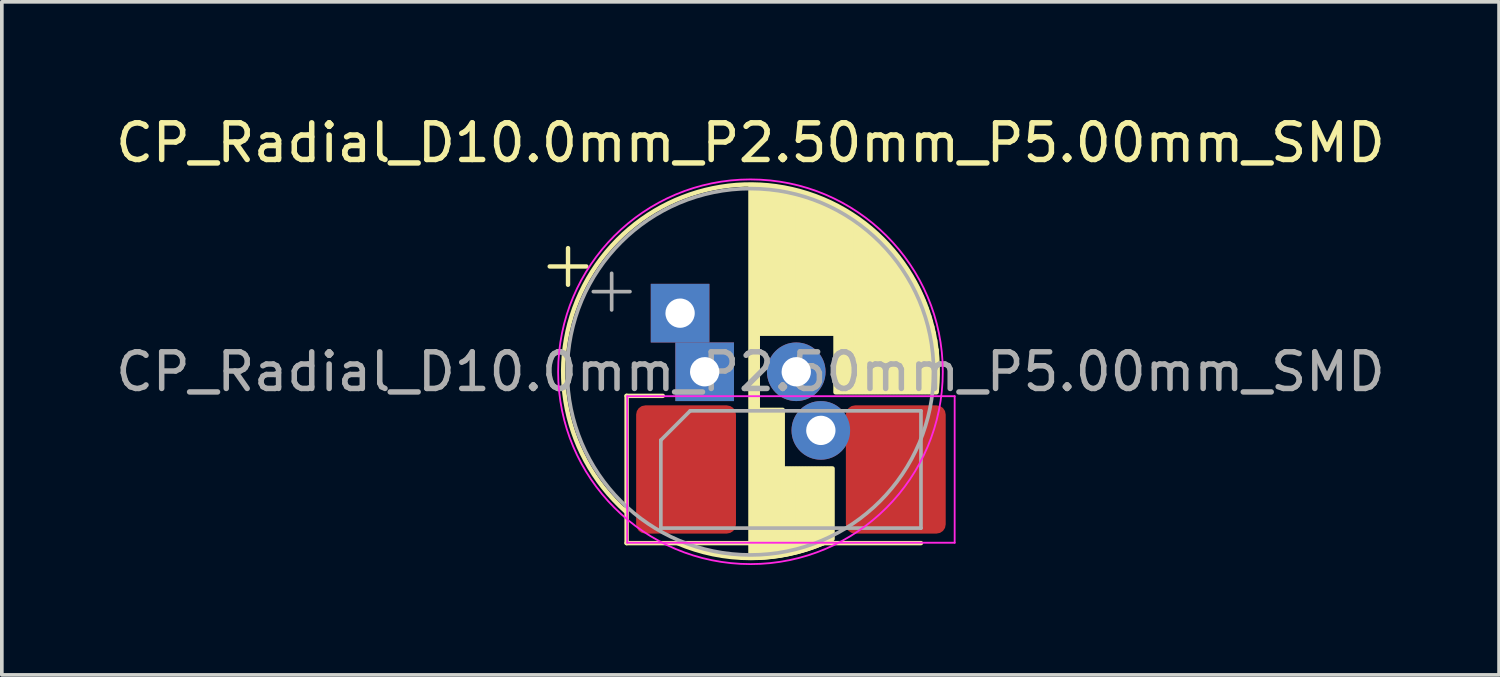
<source format=kicad_pcb>
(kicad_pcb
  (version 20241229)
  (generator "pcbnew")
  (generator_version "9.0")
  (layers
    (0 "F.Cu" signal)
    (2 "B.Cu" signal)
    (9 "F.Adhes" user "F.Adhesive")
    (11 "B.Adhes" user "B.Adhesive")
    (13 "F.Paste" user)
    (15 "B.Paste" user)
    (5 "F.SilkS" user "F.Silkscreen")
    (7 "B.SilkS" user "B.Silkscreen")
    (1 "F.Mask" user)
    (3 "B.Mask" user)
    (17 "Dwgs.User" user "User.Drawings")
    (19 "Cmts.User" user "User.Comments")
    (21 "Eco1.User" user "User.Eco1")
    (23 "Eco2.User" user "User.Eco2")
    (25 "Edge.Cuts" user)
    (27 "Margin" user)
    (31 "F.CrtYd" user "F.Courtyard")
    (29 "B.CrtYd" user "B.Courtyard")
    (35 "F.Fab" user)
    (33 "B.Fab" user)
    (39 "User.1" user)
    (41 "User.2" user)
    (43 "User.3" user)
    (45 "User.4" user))
  (footprint "CP_Radial_D10.0mm_P2.50mm_P5.00mm_SMD"
    (layer "F.Cu")
    (at 16.185 7.098)
    (property "Reference" "CP_Radial_D10.0mm_P2.50mm_P5.00mm_SMD" (at 1.25 -6.25 0) (layer "F.SilkS") (effects (font (size 1 1) (thickness 0.15))))
    (attr through_hole)
    (fp_line (start -4.23 -2.875) (end -3.23 -2.875) (stroke (width 0.12) (type solid)) (layer "F.SilkS"))
    (fp_line (start -3.73 -3.375) (end -3.73 -2.375) (stroke (width 0.12) (type solid)) (layer "F.SilkS"))
    (fp_line (start -2.131 0.657) (end -2.131 4.677) (stroke (width 0.12) (type solid)) (layer "F.SilkS"))
    (fp_line (start -2.131 4.677) (end 5.904 4.677) (stroke (width 0.12) (type solid)) (layer "F.SilkS"))
    (fp_line (start -1.143 0.657) (end -2.131 0.657) (stroke (width 0.12) (type solid)) (layer "F.SilkS"))
    (fp_line (start 1.25 -5.08) (end 1.25 5.08) (stroke (width 0.12) (type solid)) (layer "F.SilkS"))
    (fp_line (start 1.29 -5.08) (end 1.29 5.08) (stroke (width 0.12) (type solid)) (layer "F.SilkS"))
    (fp_line (start 1.33 -5.08) (end 1.33 5.08) (stroke (width 0.12) (type solid)) (layer "F.SilkS"))
    (fp_line (start 1.37 -5.079) (end 1.37 5.079) (stroke (width 0.12) (type solid)) (layer "F.SilkS"))
    (fp_line (start 1.41 -5.078) (end 1.41 5.078) (stroke (width 0.12) (type solid)) (layer "F.SilkS"))
    (fp_line (start 1.45 -5.077) (end 1.45 5.077) (stroke (width 0.12) (type solid)) (layer "F.SilkS"))
    (fp_line (start 1.49 -5.075) (end 1.49 -1.04) (stroke (width 0.12) (type solid)) (layer "F.SilkS"))
    (fp_line (start 1.49 1.04) (end 1.49 5.075) (stroke (width 0.12) (type solid)) (layer "F.SilkS"))
    (fp_line (start 1.53 -5.073) (end 1.53 -1.04) (stroke (width 0.12) (type solid)) (layer "F.SilkS"))
    (fp_line (start 1.53 1.04) (end 1.53 5.073) (stroke (width 0.12) (type solid)) (layer "F.SilkS"))
    (fp_line (start 1.57 -5.07) (end 1.57 -1.04) (stroke (width 0.12) (type solid)) (layer "F.SilkS"))
    (fp_line (start 1.57 1.04) (end 1.57 5.07) (stroke (width 0.12) (type solid)) (layer "F.SilkS"))
    (fp_line (start 1.61 -5.068) (end 1.61 -1.04) (stroke (width 0.12) (type solid)) (layer "F.SilkS"))
    (fp_line (start 1.61 1.04) (end 1.61 5.068) (stroke (width 0.12) (type solid)) (layer "F.SilkS"))
    (fp_line (start 1.65 -5.065) (end 1.65 -1.04) (stroke (width 0.12) (type solid)) (layer "F.SilkS"))
    (fp_line (start 1.65 1.04) (end 1.65 5.065) (stroke (width 0.12) (type solid)) (layer "F.SilkS"))
    (fp_line (start 1.69 -5.062) (end 1.69 -1.04) (stroke (width 0.12) (type solid)) (layer "F.SilkS"))
    (fp_line (start 1.69 1.04) (end 1.69 5.062) (stroke (width 0.12) (type solid)) (layer "F.SilkS"))
    (fp_line (start 1.73 -5.058) (end 1.73 -1.04) (stroke (width 0.12) (type solid)) (layer "F.SilkS"))
    (fp_line (start 1.73 1.04) (end 1.73 5.058) (stroke (width 0.12) (type solid)) (layer "F.SilkS"))
    (fp_line (start 1.77 -5.054) (end 1.77 -1.04) (stroke (width 0.12) (type solid)) (layer "F.SilkS"))
    (fp_line (start 1.77 1.04) (end 1.77 5.054) (stroke (width 0.12) (type solid)) (layer "F.SilkS"))
    (fp_line (start 1.81 -5.05) (end 1.81 -1.04) (stroke (width 0.12) (type solid)) (layer "F.SilkS"))
    (fp_line (start 1.81 1.04) (end 1.81 5.05) (stroke (width 0.12) (type solid)) (layer "F.SilkS"))
    (fp_line (start 1.85 -5.045) (end 1.85 -1.04) (stroke (width 0.12) (type solid)) (layer "F.SilkS"))
    (fp_line (start 1.85 1.04) (end 1.85 5.045) (stroke (width 0.12) (type solid)) (layer "F.SilkS"))
    (fp_line (start 1.89 -5.04) (end 1.89 -1.04) (stroke (width 0.12) (type solid)) (layer "F.SilkS"))
    (fp_line (start 1.89 1.04) (end 1.89 5.04) (stroke (width 0.12) (type solid)) (layer "F.SilkS"))
    (fp_line (start 1.93 -5.035) (end 1.93 -1.04) (stroke (width 0.12) (type solid)) (layer "F.SilkS"))
    (fp_line (start 1.93 1.04) (end 1.93 5.035) (stroke (width 0.12) (type solid)) (layer "F.SilkS"))
    (fp_line (start 1.971 -5.03) (end 1.971 -1.04) (stroke (width 0.12) (type solid)) (layer "F.SilkS"))
    (fp_line (start 1.971 1.04) (end 1.971 5.03) (stroke (width 0.12) (type solid)) (layer "F.SilkS"))
    (fp_line (start 2.011 -5.024) (end 2.011 -1.04) (stroke (width 0.12) (type solid)) (layer "F.SilkS"))
    (fp_line (start 2.011 1.04) (end 2.011 5.024) (stroke (width 0.12) (type solid)) (layer "F.SilkS"))
    (fp_line (start 2.051 -5.018) (end 2.051 -1.04) (stroke (width 0.12) (type solid)) (layer "F.SilkS"))
    (fp_line (start 2.051 1.04) (end 2.051 5.018) (stroke (width 0.12) (type solid)) (layer "F.SilkS"))
    (fp_line (start 2.091 -5.011) (end 2.091 -1.04) (stroke (width 0.12) (type solid)) (layer "F.SilkS"))
    (fp_line (start 2.091 1.04) (end 2.091 5.011) (stroke (width 0.12) (type solid)) (layer "F.SilkS"))
    (fp_line (start 2.131 -5.004) (end 2.131 -1.04) (stroke (width 0.12) (type solid)) (layer "F.SilkS"))
    (fp_line (start 2.131 1.04) (end 2.131 5.004) (stroke (width 0.12) (type solid)) (layer "F.SilkS"))
    (fp_line (start 2.171 -4.997) (end 2.171 -1.04) (stroke (width 0.12) (type solid)) (layer "F.SilkS"))
    (fp_line (start 2.171 2.64) (end 2.171 4.997) (stroke (width 0.12) (type solid)) (layer "F.SilkS"))
    (fp_line (start 2.211 -4.99) (end 2.211 -1.04) (stroke (width 0.12) (type solid)) (layer "F.SilkS"))
    (fp_line (start 2.211 2.64) (end 2.211 4.99) (stroke (width 0.12) (type solid)) (layer "F.SilkS"))
    (fp_line (start 2.251 -4.982) (end 2.251 -1.04) (stroke (width 0.12) (type solid)) (layer "F.SilkS"))
    (fp_line (start 2.251 2.64) (end 2.251 4.982) (stroke (width 0.12) (type solid)) (layer "F.SilkS"))
    (fp_line (start 2.291 -4.974) (end 2.291 -1.04) (stroke (width 0.12) (type solid)) (layer "F.SilkS"))
    (fp_line (start 2.291 2.64) (end 2.291 4.974) (stroke (width 0.12) (type solid)) (layer "F.SilkS"))
    (fp_line (start 2.331 -4.965) (end 2.331 -1.04) (stroke (width 0.12) (type solid)) (layer "F.SilkS"))
    (fp_line (start 2.331 2.64) (end 2.331 4.965) (stroke (width 0.12) (type solid)) (layer "F.SilkS"))
    (fp_line (start 2.371 -4.956) (end 2.371 -1.04) (stroke (width 0.12) (type solid)) (layer "F.SilkS"))
    (fp_line (start 2.371 2.64) (end 2.371 4.956) (stroke (width 0.12) (type solid)) (layer "F.SilkS"))
    (fp_line (start 2.411 -4.947) (end 2.411 -1.04) (stroke (width 0.12) (type solid)) (layer "F.SilkS"))
    (fp_line (start 2.411 2.64) (end 2.411 4.947) (stroke (width 0.12) (type solid)) (layer "F.SilkS"))
    (fp_line (start 2.451 -4.938) (end 2.451 -1.04) (stroke (width 0.12) (type solid)) (layer "F.SilkS"))
    (fp_line (start 2.451 2.64) (end 2.451 4.938) (stroke (width 0.12) (type solid)) (layer "F.SilkS"))
    (fp_line (start 2.491 -4.928) (end 2.491 -1.04) (stroke (width 0.12) (type solid)) (layer "F.SilkS"))
    (fp_line (start 2.491 2.64) (end 2.491 4.928) (stroke (width 0.12) (type solid)) (layer "F.SilkS"))
    (fp_line (start 2.531 -4.918) (end 2.531 -1.04) (stroke (width 0.12) (type solid)) (layer "F.SilkS"))
    (fp_line (start 2.531 2.64) (end 2.531 4.918) (stroke (width 0.12) (type solid)) (layer "F.SilkS"))
    (fp_line (start 2.571 -4.907) (end 2.571 -1.04) (stroke (width 0.12) (type solid)) (layer "F.SilkS"))
    (fp_line (start 2.571 2.64) (end 2.571 4.907) (stroke (width 0.12) (type solid)) (layer "F.SilkS"))
    (fp_line (start 2.611 -4.897) (end 2.611 -1.04) (stroke (width 0.12) (type solid)) (layer "F.SilkS"))
    (fp_line (start 2.611 2.64) (end 2.611 4.897) (stroke (width 0.12) (type solid)) (layer "F.SilkS"))
    (fp_line (start 2.651 -4.885) (end 2.651 -1.04) (stroke (width 0.12) (type solid)) (layer "F.SilkS"))
    (fp_line (start 2.651 2.64) (end 2.651 4.885) (stroke (width 0.12) (type solid)) (layer "F.SilkS"))
    (fp_line (start 2.691 -4.874) (end 2.691 -1.04) (stroke (width 0.12) (type solid)) (layer "F.SilkS"))
    (fp_line (start 2.691 2.64) (end 2.691 4.874) (stroke (width 0.12) (type solid)) (layer "F.SilkS"))
    (fp_line (start 2.731 -4.862) (end 2.731 -1.04) (stroke (width 0.12) (type solid)) (layer "F.SilkS"))
    (fp_line (start 2.731 2.64) (end 2.731 4.862) (stroke (width 0.12) (type solid)) (layer "F.SilkS"))
    (fp_line (start 2.771 -4.85) (end 2.771 -1.04) (stroke (width 0.12) (type solid)) (layer "F.SilkS"))
    (fp_line (start 2.771 2.64) (end 2.771 4.85) (stroke (width 0.12) (type solid)) (layer "F.SilkS"))
    (fp_line (start 2.811 -4.837) (end 2.811 -1.04) (stroke (width 0.12) (type solid)) (layer "F.SilkS"))
    (fp_line (start 2.811 2.64) (end 2.811 4.837) (stroke (width 0.12) (type solid)) (layer "F.SilkS"))
    (fp_line (start 2.851 -4.824) (end 2.851 -1.04) (stroke (width 0.12) (type solid)) (layer "F.SilkS"))
    (fp_line (start 2.851 2.64) (end 2.851 4.824) (stroke (width 0.12) (type solid)) (layer "F.SilkS"))
    (fp_line (start 2.891 -4.811) (end 2.891 -1.04) (stroke (width 0.12) (type solid)) (layer "F.SilkS"))
    (fp_line (start 2.891 2.64) (end 2.891 4.811) (stroke (width 0.12) (type solid)) (layer "F.SilkS"))
    (fp_line (start 2.931 -4.797) (end 2.931 -1.04) (stroke (width 0.12) (type solid)) (layer "F.SilkS"))
    (fp_line (start 2.931 2.64) (end 2.931 4.797) (stroke (width 0.12) (type solid)) (layer "F.SilkS"))
    (fp_line (start 2.971 -4.783) (end 2.971 -1.04) (stroke (width 0.12) (type solid)) (layer "F.SilkS"))
    (fp_line (start 2.971 2.64) (end 2.971 4.783) (stroke (width 0.12) (type solid)) (layer "F.SilkS"))
    (fp_line (start 3.011 -4.768) (end 3.011 -1.04) (stroke (width 0.12) (type solid)) (layer "F.SilkS"))
    (fp_line (start 3.011 2.64) (end 3.011 4.768) (stroke (width 0.12) (type solid)) (layer "F.SilkS"))
    (fp_line (start 3.051 -4.754) (end 3.051 -1.04) (stroke (width 0.12) (type solid)) (layer "F.SilkS"))
    (fp_line (start 3.051 2.64) (end 3.051 4.754) (stroke (width 0.12) (type solid)) (layer "F.SilkS"))
    (fp_line (start 3.091 -4.738) (end 3.091 -1.04) (stroke (width 0.12) (type solid)) (layer "F.SilkS"))
    (fp_line (start 3.091 2.64) (end 3.091 4.738) (stroke (width 0.12) (type solid)) (layer "F.SilkS"))
    (fp_line (start 3.131 -4.723) (end 3.131 -1.04) (stroke (width 0.12) (type solid)) (layer "F.SilkS"))
    (fp_line (start 3.131 2.64) (end 3.131 4.723) (stroke (width 0.12) (type solid)) (layer "F.SilkS"))
    (fp_line (start 3.171 -4.707) (end 3.171 -1.04) (stroke (width 0.12) (type solid)) (layer "F.SilkS"))
    (fp_line (start 3.171 2.64) (end 3.171 4.707) (stroke (width 0.12) (type solid)) (layer "F.SilkS"))
    (fp_line (start 3.211 -4.69) (end 3.211 -1.04) (stroke (width 0.12) (type solid)) (layer "F.SilkS"))
    (fp_line (start 3.211 2.64) (end 3.211 4.69) (stroke (width 0.12) (type solid)) (layer "F.SilkS"))
    (fp_line (start 3.251 -4.674) (end 3.251 -1.04) (stroke (width 0.12) (type solid)) (layer "F.SilkS"))
    (fp_line (start 3.251 2.64) (end 3.251 4.674) (stroke (width 0.12) (type solid)) (layer "F.SilkS"))
    (fp_line (start 3.291 -4.657) (end 3.291 -1.04) (stroke (width 0.12) (type solid)) (layer "F.SilkS"))
    (fp_line (start 3.291 2.64) (end 3.291 4.657) (stroke (width 0.12) (type solid)) (layer "F.SilkS"))
    (fp_line (start 3.331 -4.639) (end 3.331 -1.04) (stroke (width 0.12) (type solid)) (layer "F.SilkS"))
    (fp_line (start 3.331 2.64) (end 3.331 4.639) (stroke (width 0.12) (type solid)) (layer "F.SilkS"))
    (fp_line (start 3.371 -4.621) (end 3.371 -1.04) (stroke (width 0.12) (type solid)) (layer "F.SilkS"))
    (fp_line (start 3.371 2.64) (end 3.371 4.621) (stroke (width 0.12) (type solid)) (layer "F.SilkS"))
    (fp_line (start 3.411 -4.603) (end 3.411 -1.04) (stroke (width 0.12) (type solid)) (layer "F.SilkS"))
    (fp_line (start 3.411 2.64) (end 3.411 4.603) (stroke (width 0.12) (type solid)) (layer "F.SilkS"))
    (fp_line (start 3.451 -4.584) (end 3.451 -1.04) (stroke (width 0.12) (type solid)) (layer "F.SilkS"))
    (fp_line (start 3.451 2.64) (end 3.451 4.584) (stroke (width 0.12) (type solid)) (layer "F.SilkS"))
    (fp_line (start 3.491 -4.564) (end 3.491 -1.04) (stroke (width 0.12) (type solid)) (layer "F.SilkS"))
    (fp_line (start 3.491 2.64) (end 3.491 4.564) (stroke (width 0.12) (type solid)) (layer "F.SilkS"))
    (fp_line (start 3.531 -4.545) (end 3.531 -1.04) (stroke (width 0.12) (type solid)) (layer "F.SilkS"))
    (fp_line (start 3.571 -4.525) (end 3.571 0.56) (stroke (width 0.12) (type solid)) (layer "F.SilkS"))
    (fp_line (start 3.611 -4.504) (end 3.611 0.56) (stroke (width 0.12) (type solid)) (layer "F.SilkS"))
    (fp_line (start 3.651 -4.483) (end 3.651 0.56) (stroke (width 0.12) (type solid)) (layer "F.SilkS"))
    (fp_line (start 3.691 -4.462) (end 3.691 0.56) (stroke (width 0.12) (type solid)) (layer "F.SilkS"))
    (fp_line (start 3.731 -4.44) (end 3.731 0.56) (stroke (width 0.12) (type solid)) (layer "F.SilkS"))
    (fp_line (start 3.771 -4.417) (end 3.771 0.56) (stroke (width 0.12) (type solid)) (layer "F.SilkS"))
    (fp_line (start 3.811 -4.395) (end 3.811 0.56) (stroke (width 0.12) (type solid)) (layer "F.SilkS"))
    (fp_line (start 3.851 -4.371) (end 3.851 0.56) (stroke (width 0.12) (type solid)) (layer "F.SilkS"))
    (fp_line (start 3.891 -4.347) (end 3.891 0.56) (stroke (width 0.12) (type solid)) (layer "F.SilkS"))
    (fp_line (start 3.931 -4.323) (end 3.931 0.56) (stroke (width 0.12) (type solid)) (layer "F.SilkS"))
    (fp_line (start 3.971 -4.298) (end 3.971 0.56) (stroke (width 0.12) (type solid)) (layer "F.SilkS"))
    (fp_line (start 4.011 -4.273) (end 4.011 0.56) (stroke (width 0.12) (type solid)) (layer "F.SilkS"))
    (fp_line (start 4.051 -4.247) (end 4.051 0.56) (stroke (width 0.12) (type solid)) (layer "F.SilkS"))
    (fp_line (start 4.091 -4.221) (end 4.091 0.56) (stroke (width 0.12) (type solid)) (layer "F.SilkS"))
    (fp_line (start 4.131 -4.194) (end 4.131 0.56) (stroke (width 0.12) (type solid)) (layer "F.SilkS"))
    (fp_line (start 4.171 -4.166) (end 4.171 0.56) (stroke (width 0.12) (type solid)) (layer "F.SilkS"))
    (fp_line (start 4.211 -4.138) (end 4.211 0.56) (stroke (width 0.12) (type solid)) (layer "F.SilkS"))
    (fp_line (start 4.251 -4.11) (end 4.251 0.56) (stroke (width 0.12) (type solid)) (layer "F.SilkS"))
    (fp_line (start 4.291 -4.08) (end 4.291 0.56) (stroke (width 0.12) (type solid)) (layer "F.SilkS"))
    (fp_line (start 4.331 -4.05) (end 4.331 0.56) (stroke (width 0.12) (type solid)) (layer "F.SilkS"))
    (fp_line (start 4.371 -4.02) (end 4.371 0.56) (stroke (width 0.12) (type solid)) (layer "F.SilkS"))
    (fp_line (start 4.411 -3.989) (end 4.411 0.56) (stroke (width 0.12) (type solid)) (layer "F.SilkS"))
    (fp_line (start 4.451 -3.957) (end 4.451 0.56) (stroke (width 0.12) (type solid)) (layer "F.SilkS"))
    (fp_line (start 4.491 -3.925) (end 4.491 0.56) (stroke (width 0.12) (type solid)) (layer "F.SilkS"))
    (fp_line (start 4.531 -3.892) (end 4.531 0.56) (stroke (width 0.12) (type solid)) (layer "F.SilkS"))
    (fp_line (start 4.571 -3.858) (end 4.571 0.56) (stroke (width 0.12) (type solid)) (layer "F.SilkS"))
    (fp_line (start 4.611 -3.824) (end 4.611 0.56) (stroke (width 0.12) (type solid)) (layer "F.SilkS"))
    (fp_line (start 4.651 -3.789) (end 4.651 0.56) (stroke (width 0.12) (type solid)) (layer "F.SilkS"))
    (fp_line (start 4.691 -3.753) (end 4.691 0.56) (stroke (width 0.12) (type solid)) (layer "F.SilkS"))
    (fp_line (start 4.731 -3.716) (end 4.731 0.56) (stroke (width 0.12) (type solid)) (layer "F.SilkS"))
    (fp_line (start 4.771 -3.679) (end 4.771 0.56) (stroke (width 0.12) (type solid)) (layer "F.SilkS"))
    (fp_line (start 4.811 -3.64) (end 4.811 0.56) (stroke (width 0.12) (type solid)) (layer "F.SilkS"))
    (fp_line (start 4.851 -3.601) (end 4.851 0.56) (stroke (width 0.12) (type solid)) (layer "F.SilkS"))
    (fp_line (start 4.891 -3.561) (end 4.891 0.56) (stroke (width 0.12) (type solid)) (layer "F.SilkS"))
    (fp_line (start 4.931 -3.52) (end 4.931 0.56) (stroke (width 0.12) (type solid)) (layer "F.SilkS"))
    (fp_line (start 4.971 -3.478) (end 4.971 0.56) (stroke (width 0.12) (type solid)) (layer "F.SilkS"))
    (fp_line (start 5.011 -3.436) (end 5.011 0.56) (stroke (width 0.12) (type solid)) (layer "F.SilkS"))
    (fp_line (start 5.051 -3.392) (end 5.051 0.56) (stroke (width 0.12) (type solid)) (layer "F.SilkS"))
    (fp_line (start 5.091 -3.347) (end 5.091 0.56) (stroke (width 0.12) (type solid)) (layer "F.SilkS"))
    (fp_line (start 5.131 -3.301) (end 5.131 0.56) (stroke (width 0.12) (type solid)) (layer "F.SilkS"))
    (fp_line (start 5.171 -3.254) (end 5.171 0.56) (stroke (width 0.12) (type solid)) (layer "F.SilkS"))
    (fp_line (start 5.211 -3.206) (end 5.211 0.56) (stroke (width 0.12) (type solid)) (layer "F.SilkS"))
    (fp_line (start 5.251 -3.156) (end 5.251 0.56) (stroke (width 0.12) (type solid)) (layer "F.SilkS"))
    (fp_line (start 5.291 -3.106) (end 5.291 0.56) (stroke (width 0.12) (type solid)) (layer "F.SilkS"))
    (fp_line (start 5.331 -3.054) (end 5.331 0.56) (stroke (width 0.12) (type solid)) (layer "F.SilkS"))
    (fp_line (start 5.371 -3) (end 5.371 0.56) (stroke (width 0.12) (type solid)) (layer "F.SilkS"))
    (fp_line (start 5.411 -2.945) (end 5.411 0.56) (stroke (width 0.12) (type solid)) (layer "F.SilkS"))
    (fp_line (start 5.451 -2.889) (end 5.451 0.56) (stroke (width 0.12) (type solid)) (layer "F.SilkS"))
    (fp_line (start 5.491 -2.83) (end 5.491 0.56) (stroke (width 0.12) (type solid)) (layer "F.SilkS"))
    (fp_line (start 5.531 -2.77) (end 5.531 0.56) (stroke (width 0.12) (type solid)) (layer "F.SilkS"))
    (fp_line (start 5.571 -2.709) (end 5.571 0.56) (stroke (width 0.12) (type solid)) (layer "F.SilkS"))
    (fp_line (start 5.611 -2.645) (end 5.611 0.56) (stroke (width 0.12) (type solid)) (layer "F.SilkS"))
    (fp_line (start 5.651 -2.579) (end 5.651 0.56) (stroke (width 0.12) (type solid)) (layer "F.SilkS"))
    (fp_line (start 5.691 -2.51) (end 5.691 0.56) (stroke (width 0.12) (type solid)) (layer "F.SilkS"))
    (fp_line (start 5.731 -2.439) (end 5.731 0.56) (stroke (width 0.12) (type solid)) (layer "F.SilkS"))
    (fp_line (start 5.771 -2.365) (end 5.771 0.56) (stroke (width 0.12) (type solid)) (layer "F.SilkS"))
    (fp_line (start 5.811 -2.289) (end 5.811 0.56) (stroke (width 0.12) (type solid)) (layer "F.SilkS"))
    (fp_line (start 5.851 -2.209) (end 5.851 0.56) (stroke (width 0.12) (type solid)) (layer "F.SilkS"))
    (fp_line (start 5.891 -2.125) (end 5.891 0.56) (stroke (width 0.12) (type solid)) (layer "F.SilkS"))
    (fp_line (start 5.931 -2.037) (end 5.931 0.56) (stroke (width 0.12) (type solid)) (layer "F.SilkS"))
    (fp_line (start 5.971 -1.944) (end 5.971 0.56) (stroke (width 0.12) (type solid)) (layer "F.SilkS"))
    (fp_line (start 6.011 -1.846) (end 6.011 0.56) (stroke (width 0.12) (type solid)) (layer "F.SilkS"))
    (fp_line (start 6.051 -1.742) (end 6.051 0.56) (stroke (width 0.12) (type solid)) (layer "F.SilkS"))
    (fp_line (start 6.091 -1.63) (end 6.091 0.56) (stroke (width 0.12) (type solid)) (layer "F.SilkS"))
    (fp_line (start 6.131 -1.51) (end 6.131 0.56) (stroke (width 0.12) (type solid)) (layer "F.SilkS"))
    (fp_line (start 6.171 -1.378) (end 6.171 0.56) (stroke (width 0.12) (type solid)) (layer "F.SilkS"))
    (fp_line (start 6.211 -1.23) (end 6.211 0.56) (stroke (width 0.12) (type solid)) (layer "F.SilkS"))
    (fp_line (start 6.251 -1.062) (end 6.251 0.56) (stroke (width 0.12) (type solid)) (layer "F.SilkS"))
    (fp_line (start 6.291 -0.862) (end 6.291 0.56) (stroke (width 0.12) (type solid)) (layer "F.SilkS"))
    (fp_line (start 6.331 -0.599) (end 6.331 0.56) (stroke (width 0.12) (type solid)) (layer "F.SilkS"))
    (fp_arc (start -2.159 3.81) (mid -0.596581 -4.767339) (end 6.336006 0.519544) (stroke (width 0.12) (type solid)) (layer "F.SilkS"))
    (fp_arc (start 3.251 4.673999) (mid 1.245541 5.084314) (end -0.759196 4.670482) (stroke (width 0.12) (type solid)) (layer "F.SilkS"))
    (fp_line (start -2.115 0.667) (end 6.824 0.667) (stroke (width 0.05) (type solid)) (layer "F.CrtYd"))
    (fp_line (start -2.115 4.667) (end -2.115 0.667) (stroke (width 0.05) (type solid)) (layer "F.CrtYd"))
    (fp_line (start 6.824 0.667) (end 6.824 4.667) (stroke (width 0.05) (type solid)) (layer "F.CrtYd"))
    (fp_line (start 6.824 4.667) (end -2.115 4.667) (stroke (width 0.05) (type solid)) (layer "F.CrtYd"))
    (fp_circle (center 1.25 0) (end 6.5 0) (stroke (width 0.05) (type solid)) (fill no) (layer "F.CrtYd"))
    (fp_line (start -3.039 -2.188) (end -2.039 -2.188) (stroke (width 0.1) (type solid)) (layer "F.Fab"))
    (fp_line (start -2.539 -2.688) (end -2.539 -1.688) (stroke (width 0.1) (type solid)) (layer "F.Fab"))
    (fp_line (start -1.196 1.867) (end -1.196 4.267) (stroke (width 0.1) (type solid)) (layer "F.Fab"))
    (fp_line (start -1.196 4.267) (end 5.904 4.267) (stroke (width 0.1) (type solid)) (layer "F.Fab"))
    (fp_line (start -0.396 1.067) (end -1.196 1.867) (stroke (width 0.1) (type solid)) (layer "F.Fab"))
    (fp_line (start 5.904 1.067) (end -0.396 1.067) (stroke (width 0.1) (type solid)) (layer "F.Fab"))
    (fp_line (start 5.904 4.267) (end 5.904 1.067) (stroke (width 0.1) (type solid)) (layer "F.Fab"))
    (fp_circle (center 1.25 0) (end 6.25 0) (stroke (width 0.1) (type solid)) (fill no) (layer "F.Fab"))
    (fp_text user "${REFERENCE}" (at 1.25 0 0) (layer "F.Fab") (effects (font (size 1 1) (thickness 0.15))))
    (pad "1" thru_hole rect (at -0.671 -1.6) (size 1.6 1.6) (drill 0.8) (layers "*.Cu" "*.Mask"))
    (pad "1" smd roundrect (at -0.508 2.667) (size 2.725 3.5) (layers "F.Cu" "F.Mask" "F.Paste") (roundrect_rratio 0.092))
    (pad "1" thru_hole rect (at 0 0) (size 1.6 1.6) (drill 0.8) (layers "*.Cu" "*.Mask"))
    (pad "2" thru_hole circle (at 2.5 0) (size 1.6 1.6) (drill 0.8) (layers "*.Cu" "*.Mask"))
    (pad "2" thru_hole circle (at 3.171 1.6) (size 1.6 1.6) (drill 0.8) (layers "*.Cu" "*.Mask"))
    (pad "2" smd roundrect (at 5.217 2.667) (size 2.725 3.5) (layers "F.Cu" "F.Mask" "F.Paste") (roundrect_rratio 0.092)))
  (gr_rect
    (start -3 -3)
    (end 37.869 15.373)
    (stroke (width 0.1) (type default))
    (fill no)
    (layer "Edge.Cuts")))
</source>
